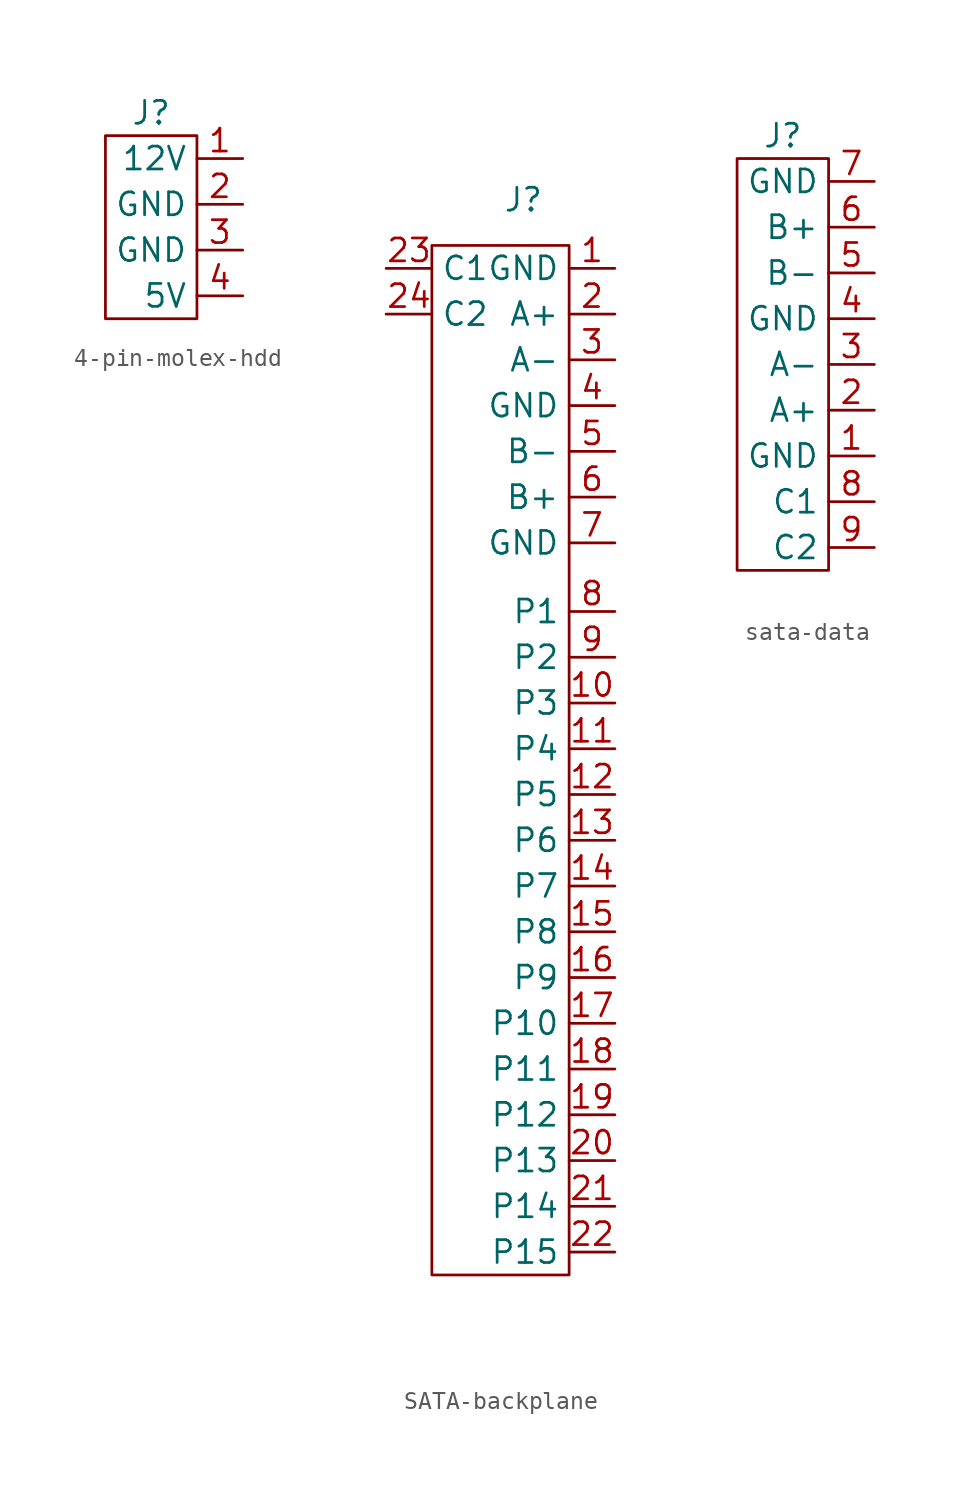
<source format=kicad_sym>
(kicad_symbol_lib
  (version 20220914)
  (generator kicad_symbol_editor)
  (symbol "4-pin-molex-hdd"
    (property "Reference" "J"
      (at -1.27 5.08 0)
      (effects (font (size 1.27 1.27))))
    (property "Value" ""
      (at 0 0 0)
      (effects (font (size 1.27 1.27))))
    (symbol "4-pin-molex-hdd_0_1"
      (rectangle (start -3.81 3.81) (end 1.27 -6.35) (stroke (width 0) (type default)) (fill (type none))))
    (symbol "4-pin-molex-hdd_1_1"
      (pin output line (at 3.81 2.54 180) (length 2.54) (name "12V" (effects (font (size 1.27 1.27)))) (number "1" (effects (font (size 1.27 1.27)))))
      (pin output line (at 3.81 0 180) (length 2.54) (name "GND" (effects (font (size 1.27 1.27)))) (number "2" (effects (font (size 1.27 1.27)))))
      (pin output line (at 3.81 -2.54 180) (length 2.54) (name "GND" (effects (font (size 1.27 1.27)))) (number "3" (effects (font (size 1.27 1.27)))))
      (pin output line (at 3.81 -5.08 180) (length 2.54) (name "5V" (effects (font (size 1.27 1.27)))) (number "4" (effects (font (size 1.27 1.27)))))))
  (symbol "SATA-backplane"
    (property "Reference" "J"
      (at 0 7.62 0)
      (effects (font (size 1.27 1.27))))
    (property "Value" ""
      (at 0 0 0)
      (effects (font (size 1.27 1.27))))
    (symbol "SATA-backplane_0_1"
      (rectangle (start -5.08 5.08) (end 2.54 -52.07) (stroke (width 0) (type default)) (fill (type none))))
    (symbol "SATA-backplane_1_1"
      (pin passive line (at 5.08 3.81 180) (length 2.54) (name "GND" (effects (font (size 1.27 1.27)))) (number "1" (effects (font (size 1.27 1.27)))))
      (pin passive line (at 5.08 -20.32 180) (length 2.54) (name "P3" (effects (font (size 1.27 1.27)))) (number "10" (effects (font (size 1.27 1.27)))))
      (pin passive line (at 5.08 -22.86 180) (length 2.54) (name "P4" (effects (font (size 1.27 1.27)))) (number "11" (effects (font (size 1.27 1.27)))))
      (pin passive line (at 5.08 -25.4 180) (length 2.54) (name "P5" (effects (font (size 1.27 1.27)))) (number "12" (effects (font (size 1.27 1.27)))))
      (pin passive line (at 5.08 -27.94 180) (length 2.54) (name "P6" (effects (font (size 1.27 1.27)))) (number "13" (effects (font (size 1.27 1.27)))))
      (pin passive line (at 5.08 -30.48 180) (length 2.54) (name "P7" (effects (font (size 1.27 1.27)))) (number "14" (effects (font (size 1.27 1.27)))))
      (pin passive line (at 5.08 -33.02 180) (length 2.54) (name "P8" (effects (font (size 1.27 1.27)))) (number "15" (effects (font (size 1.27 1.27)))))
      (pin passive line (at 5.08 -35.56 180) (length 2.54) (name "P9" (effects (font (size 1.27 1.27)))) (number "16" (effects (font (size 1.27 1.27)))))
      (pin passive line (at 5.08 -38.1 180) (length 2.54) (name "P10" (effects (font (size 1.27 1.27)))) (number "17" (effects (font (size 1.27 1.27)))))
      (pin passive line (at 5.08 -40.64 180) (length 2.54) (name "P11" (effects (font (size 1.27 1.27)))) (number "18" (effects (font (size 1.27 1.27)))))
      (pin passive line (at 5.08 -43.18 180) (length 2.54) (name "P12" (effects (font (size 1.27 1.27)))) (number "19" (effects (font (size 1.27 1.27)))))
      (pin passive line (at 5.08 1.27 180) (length 2.54) (name "A+" (effects (font (size 1.27 1.27)))) (number "2" (effects (font (size 1.27 1.27)))))
      (pin passive line (at 5.08 -45.72 180) (length 2.54) (name "P13" (effects (font (size 1.27 1.27)))) (number "20" (effects (font (size 1.27 1.27)))))
      (pin passive line (at 5.08 -48.26 180) (length 2.54) (name "P14" (effects (font (size 1.27 1.27)))) (number "21" (effects (font (size 1.27 1.27)))))
      (pin passive line (at 5.08 -50.8 180) (length 2.54) (name "P15" (effects (font (size 1.27 1.27)))) (number "22" (effects (font (size 1.27 1.27)))))
      (pin passive line (at -7.62 3.81 0) (length 2.54) (name "C1" (effects (font (size 1.27 1.27)))) (number "23" (effects (font (size 1.27 1.27)))))
      (pin passive line (at -7.62 1.27 0) (length 2.54) (name "C2" (effects (font (size 1.27 1.27)))) (number "24" (effects (font (size 1.27 1.27)))))
      (pin passive line (at 5.08 -1.27 180) (length 2.54) (name "A-" (effects (font (size 1.27 1.27)))) (number "3" (effects (font (size 1.27 1.27)))))
      (pin passive line (at 5.08 -3.81 180) (length 2.54) (name "GND" (effects (font (size 1.27 1.27)))) (number "4" (effects (font (size 1.27 1.27)))))
      (pin passive line (at 5.08 -6.35 180) (length 2.54) (name "B-" (effects (font (size 1.27 1.27)))) (number "5" (effects (font (size 1.27 1.27)))))
      (pin passive line (at 5.08 -8.89 180) (length 2.54) (name "B+" (effects (font (size 1.27 1.27)))) (number "6" (effects (font (size 1.27 1.27)))))
      (pin passive line (at 5.08 -11.43 180) (length 2.54) (name "GND" (effects (font (size 1.27 1.27)))) (number "7" (effects (font (size 1.27 1.27)))))
      (pin passive line (at 5.08 -15.24 180) (length 2.54) (name "P1" (effects (font (size 1.27 1.27)))) (number "8" (effects (font (size 1.27 1.27)))))
      (pin passive line (at 5.08 -17.78 180) (length 2.54) (name "P2" (effects (font (size 1.27 1.27)))) (number "9" (effects (font (size 1.27 1.27)))))))
  (symbol "sata-data"
    (property "Reference" "J"
      (at 0 3.81 0)
      (effects (font (size 1.27 1.27))))
    (property "Value" ""
      (at -2.54 0 0)
      (effects (font (size 1.27 1.27))))
    (symbol "sata-data_0_1"
      (rectangle (start -2.54 2.54) (end 2.54 -20.32) (stroke (width 0) (type default)) (fill (type none))))
    (symbol "sata-data_1_1"
      (pin passive line (at 5.08 -13.97 180) (length 2.54) (name "GND" (effects (font (size 1.27 1.27)))) (number "1" (effects (font (size 1.27 1.27)))))
      (pin passive line (at 5.08 -11.43 180) (length 2.54) (name "A+" (effects (font (size 1.27 1.27)))) (number "2" (effects (font (size 1.27 1.27)))))
      (pin passive line (at 5.08 -8.89 180) (length 2.54) (name "A-" (effects (font (size 1.27 1.27)))) (number "3" (effects (font (size 1.27 1.27)))))
      (pin passive line (at 5.08 -6.35 180) (length 2.54) (name "GND" (effects (font (size 1.27 1.27)))) (number "4" (effects (font (size 1.27 1.27)))))
      (pin passive line (at 5.08 -3.81 180) (length 2.54) (name "B-" (effects (font (size 1.27 1.27)))) (number "5" (effects (font (size 1.27 1.27)))))
      (pin passive line (at 5.08 -1.27 180) (length 2.54) (name "B+" (effects (font (size 1.27 1.27)))) (number "6" (effects (font (size 1.27 1.27)))))
      (pin passive line (at 5.08 1.27 180) (length 2.54) (name "GND" (effects (font (size 1.27 1.27)))) (number "7" (effects (font (size 1.27 1.27)))))
      (pin passive line (at 5.08 -16.51 180) (length 2.54) (name "C1" (effects (font (size 1.27 1.27)))) (number "8" (effects (font (size 1.27 1.27)))))
      (pin passive line (at 5.08 -19.05 180) (length 2.54) (name "C2" (effects (font (size 1.27 1.27)))) (number "9" (effects (font (size 1.27 1.27))))))))
</source>
